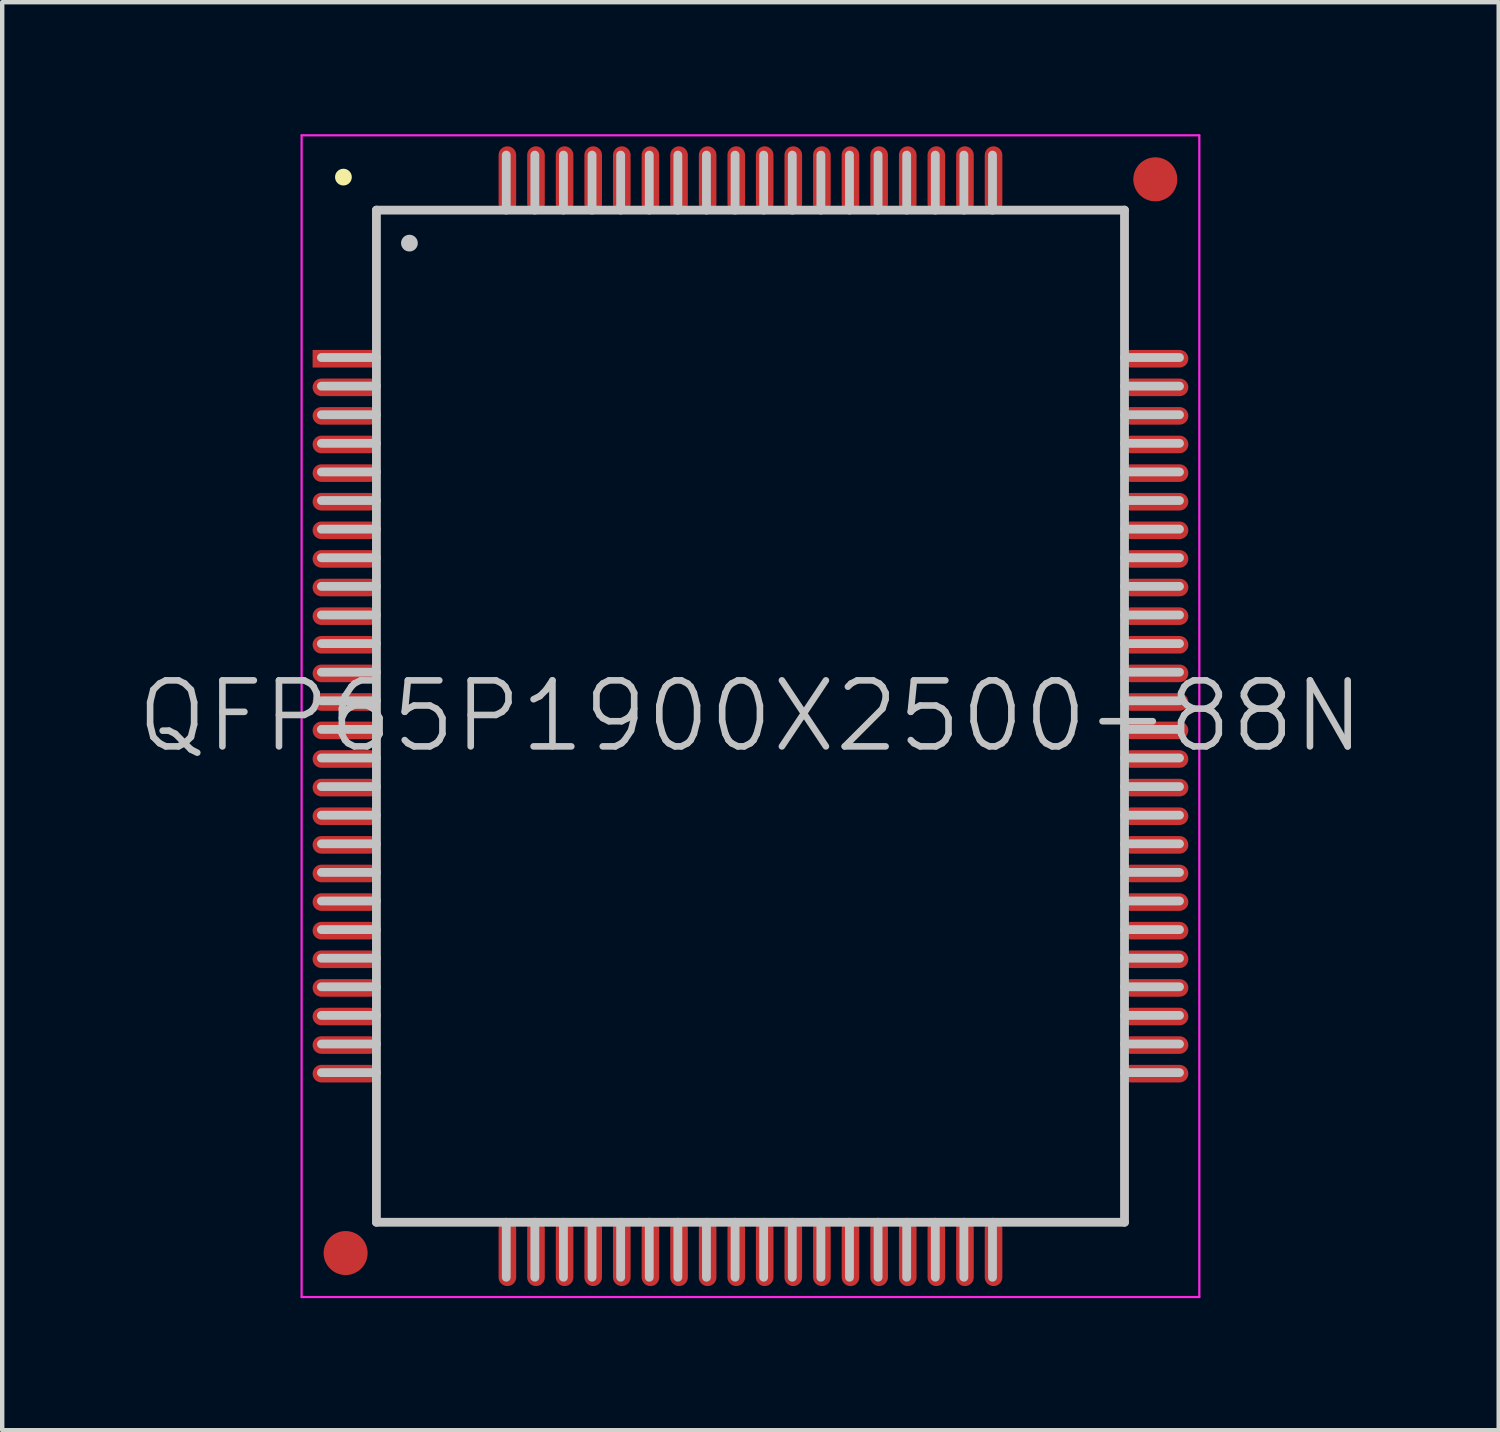
<source format=kicad_pcb>
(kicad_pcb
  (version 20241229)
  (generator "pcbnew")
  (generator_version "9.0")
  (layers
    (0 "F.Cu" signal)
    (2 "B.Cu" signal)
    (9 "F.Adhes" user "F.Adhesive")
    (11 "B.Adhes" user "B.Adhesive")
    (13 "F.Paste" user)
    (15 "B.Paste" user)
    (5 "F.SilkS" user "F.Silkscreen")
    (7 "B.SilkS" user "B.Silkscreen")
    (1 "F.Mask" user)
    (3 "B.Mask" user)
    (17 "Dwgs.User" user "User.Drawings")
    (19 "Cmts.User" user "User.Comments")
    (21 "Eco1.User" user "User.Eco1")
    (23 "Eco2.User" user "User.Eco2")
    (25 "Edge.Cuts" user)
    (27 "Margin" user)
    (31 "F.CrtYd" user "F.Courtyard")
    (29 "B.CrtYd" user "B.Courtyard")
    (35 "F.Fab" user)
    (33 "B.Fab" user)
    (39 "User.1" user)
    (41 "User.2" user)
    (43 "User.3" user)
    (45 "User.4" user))
  (footprint "QFP65P1900X2500-88N"
    (layer "F.Cu")
    (at 14.004 13.225)
    (property "Reference" "QFP65P1900X2500-88N" (at 0 0 0) (layer "Dwgs.User") (effects (font (size 1.5 1.5) (thickness 0.15))))
    (attr smd)
    (fp_line (start -9.25 -12.25) (end -9.25 -12.25) (stroke (width 0.381) (type solid)) (layer "F.SilkS"))
    (fp_line (start -8.5 -11.5) (end -8.5 11.5) (stroke (width 0.2) (type solid)) (layer "Dwgs.User"))
    (fp_line (start -8.5 -11.5) (end 8.5 -11.5) (stroke (width 0.2) (type solid)) (layer "Dwgs.User"))
    (fp_line (start -8.5 -8.15) (end -9.75 -8.15) (stroke (width 0.2) (type solid)) (layer "Dwgs.User"))
    (fp_line (start -8.5 -7.5) (end -9.75 -7.5) (stroke (width 0.2) (type solid)) (layer "Dwgs.User"))
    (fp_line (start -8.5 -6.85) (end -9.75 -6.85) (stroke (width 0.2) (type solid)) (layer "Dwgs.User"))
    (fp_line (start -8.5 -6.2) (end -9.75 -6.2) (stroke (width 0.2) (type solid)) (layer "Dwgs.User"))
    (fp_line (start -8.5 -5.55) (end -9.75 -5.55) (stroke (width 0.2) (type solid)) (layer "Dwgs.User"))
    (fp_line (start -8.5 -4.9) (end -9.75 -4.9) (stroke (width 0.2) (type solid)) (layer "Dwgs.User"))
    (fp_line (start -8.5 -4.25) (end -9.75 -4.25) (stroke (width 0.2) (type solid)) (layer "Dwgs.User"))
    (fp_line (start -8.5 -3.6) (end -9.75 -3.6) (stroke (width 0.2) (type solid)) (layer "Dwgs.User"))
    (fp_line (start -8.5 -2.95) (end -9.75 -2.95) (stroke (width 0.2) (type solid)) (layer "Dwgs.User"))
    (fp_line (start -8.5 -2.3) (end -9.75 -2.3) (stroke (width 0.2) (type solid)) (layer "Dwgs.User"))
    (fp_line (start -8.5 -1.65) (end -9.75 -1.65) (stroke (width 0.2) (type solid)) (layer "Dwgs.User"))
    (fp_line (start -8.5 -1) (end -9.75 -1) (stroke (width 0.2) (type solid)) (layer "Dwgs.User"))
    (fp_line (start -8.5 -0.35) (end -9.75 -0.35) (stroke (width 0.2) (type solid)) (layer "Dwgs.User"))
    (fp_line (start -8.5 0.3) (end -9.75 0.3) (stroke (width 0.2) (type solid)) (layer "Dwgs.User"))
    (fp_line (start -8.5 0.95) (end -9.75 0.95) (stroke (width 0.2) (type solid)) (layer "Dwgs.User"))
    (fp_line (start -8.5 1.6) (end -9.75 1.6) (stroke (width 0.2) (type solid)) (layer "Dwgs.User"))
    (fp_line (start -8.5 2.25) (end -9.75 2.25) (stroke (width 0.2) (type solid)) (layer "Dwgs.User"))
    (fp_line (start -8.5 2.9) (end -9.75 2.9) (stroke (width 0.2) (type solid)) (layer "Dwgs.User"))
    (fp_line (start -8.5 3.55) (end -9.75 3.55) (stroke (width 0.2) (type solid)) (layer "Dwgs.User"))
    (fp_line (start -8.5 4.2) (end -9.75 4.2) (stroke (width 0.2) (type solid)) (layer "Dwgs.User"))
    (fp_line (start -8.5 4.85) (end -9.75 4.85) (stroke (width 0.2) (type solid)) (layer "Dwgs.User"))
    (fp_line (start -8.5 5.5) (end -9.75 5.5) (stroke (width 0.2) (type solid)) (layer "Dwgs.User"))
    (fp_line (start -8.5 6.15) (end -9.75 6.15) (stroke (width 0.2) (type solid)) (layer "Dwgs.User"))
    (fp_line (start -8.5 6.8) (end -9.75 6.8) (stroke (width 0.2) (type solid)) (layer "Dwgs.User"))
    (fp_line (start -8.5 7.45) (end -9.75 7.45) (stroke (width 0.2) (type solid)) (layer "Dwgs.User"))
    (fp_line (start -8.5 8.1) (end -9.75 8.1) (stroke (width 0.2) (type solid)) (layer "Dwgs.User"))
    (fp_line (start -8.5 11.5) (end 8.5 11.5) (stroke (width 0.2) (type solid)) (layer "Dwgs.User"))
    (fp_line (start -7.75 -10.75) (end -7.75 -10.75) (stroke (width 0.381) (type solid)) (layer "Dwgs.User"))
    (fp_line (start -5.55 -12.75) (end -5.55 -11.5) (stroke (width 0.2) (type solid)) (layer "Dwgs.User"))
    (fp_line (start -5.55 11.5) (end -5.55 12.75) (stroke (width 0.2) (type solid)) (layer "Dwgs.User"))
    (fp_line (start -4.9 -12.75) (end -4.9 -11.5) (stroke (width 0.2) (type solid)) (layer "Dwgs.User"))
    (fp_line (start -4.9 11.5) (end -4.9 12.75) (stroke (width 0.2) (type solid)) (layer "Dwgs.User"))
    (fp_line (start -4.25 -12.75) (end -4.25 -11.5) (stroke (width 0.2) (type solid)) (layer "Dwgs.User"))
    (fp_line (start -4.25 11.5) (end -4.25 12.75) (stroke (width 0.2) (type solid)) (layer "Dwgs.User"))
    (fp_line (start -3.6 -12.75) (end -3.6 -11.5) (stroke (width 0.2) (type solid)) (layer "Dwgs.User"))
    (fp_line (start -3.6 11.5) (end -3.6 12.75) (stroke (width 0.2) (type solid)) (layer "Dwgs.User"))
    (fp_line (start -2.95 -12.75) (end -2.95 -11.5) (stroke (width 0.2) (type solid)) (layer "Dwgs.User"))
    (fp_line (start -2.95 11.5) (end -2.95 12.75) (stroke (width 0.2) (type solid)) (layer "Dwgs.User"))
    (fp_line (start -2.3 -12.75) (end -2.3 -11.5) (stroke (width 0.2) (type solid)) (layer "Dwgs.User"))
    (fp_line (start -2.3 11.5) (end -2.3 12.75) (stroke (width 0.2) (type solid)) (layer "Dwgs.User"))
    (fp_line (start -1.65 -12.75) (end -1.65 -11.5) (stroke (width 0.2) (type solid)) (layer "Dwgs.User"))
    (fp_line (start -1.65 11.5) (end -1.65 12.75) (stroke (width 0.2) (type solid)) (layer "Dwgs.User"))
    (fp_line (start -1 -12.75) (end -1 -11.5) (stroke (width 0.2) (type solid)) (layer "Dwgs.User"))
    (fp_line (start -1 11.5) (end -1 12.75) (stroke (width 0.2) (type solid)) (layer "Dwgs.User"))
    (fp_line (start -0.35 -12.75) (end -0.35 -11.5) (stroke (width 0.2) (type solid)) (layer "Dwgs.User"))
    (fp_line (start -0.35 11.5) (end -0.35 12.75) (stroke (width 0.2) (type solid)) (layer "Dwgs.User"))
    (fp_line (start 0.3 -12.75) (end 0.3 -11.5) (stroke (width 0.2) (type solid)) (layer "Dwgs.User"))
    (fp_line (start 0.3 11.5) (end 0.3 12.75) (stroke (width 0.2) (type solid)) (layer "Dwgs.User"))
    (fp_line (start 0.95 -12.75) (end 0.95 -11.5) (stroke (width 0.2) (type solid)) (layer "Dwgs.User"))
    (fp_line (start 0.95 11.5) (end 0.95 12.75) (stroke (width 0.2) (type solid)) (layer "Dwgs.User"))
    (fp_line (start 1.6 -12.75) (end 1.6 -11.5) (stroke (width 0.2) (type solid)) (layer "Dwgs.User"))
    (fp_line (start 1.6 11.5) (end 1.6 12.75) (stroke (width 0.2) (type solid)) (layer "Dwgs.User"))
    (fp_line (start 2.25 -12.75) (end 2.25 -11.5) (stroke (width 0.2) (type solid)) (layer "Dwgs.User"))
    (fp_line (start 2.25 11.5) (end 2.25 12.75) (stroke (width 0.2) (type solid)) (layer "Dwgs.User"))
    (fp_line (start 2.9 -12.75) (end 2.9 -11.5) (stroke (width 0.2) (type solid)) (layer "Dwgs.User"))
    (fp_line (start 2.9 11.5) (end 2.9 12.75) (stroke (width 0.2) (type solid)) (layer "Dwgs.User"))
    (fp_line (start 3.55 -12.75) (end 3.55 -11.5) (stroke (width 0.2) (type solid)) (layer "Dwgs.User"))
    (fp_line (start 3.55 11.5) (end 3.55 12.75) (stroke (width 0.2) (type solid)) (layer "Dwgs.User"))
    (fp_line (start 4.2 -12.75) (end 4.2 -11.5) (stroke (width 0.2) (type solid)) (layer "Dwgs.User"))
    (fp_line (start 4.2 11.5) (end 4.2 12.75) (stroke (width 0.2) (type solid)) (layer "Dwgs.User"))
    (fp_line (start 4.85 -12.75) (end 4.85 -11.5) (stroke (width 0.2) (type solid)) (layer "Dwgs.User"))
    (fp_line (start 4.85 11.5) (end 4.85 12.75) (stroke (width 0.2) (type solid)) (layer "Dwgs.User"))
    (fp_line (start 5.5 -12.75) (end 5.5 -11.5) (stroke (width 0.2) (type solid)) (layer "Dwgs.User"))
    (fp_line (start 5.5 11.5) (end 5.5 12.75) (stroke (width 0.2) (type solid)) (layer "Dwgs.User"))
    (fp_line (start 8.5 -11.5) (end 8.5 11.5) (stroke (width 0.2) (type solid)) (layer "Dwgs.User"))
    (fp_line (start 9.75 -8.15) (end 8.5 -8.15) (stroke (width 0.2) (type solid)) (layer "Dwgs.User"))
    (fp_line (start 9.75 -7.5) (end 8.5 -7.5) (stroke (width 0.2) (type solid)) (layer "Dwgs.User"))
    (fp_line (start 9.75 -6.85) (end 8.5 -6.85) (stroke (width 0.2) (type solid)) (layer "Dwgs.User"))
    (fp_line (start 9.75 -6.2) (end 8.5 -6.2) (stroke (width 0.2) (type solid)) (layer "Dwgs.User"))
    (fp_line (start 9.75 -5.55) (end 8.5 -5.55) (stroke (width 0.2) (type solid)) (layer "Dwgs.User"))
    (fp_line (start 9.75 -4.9) (end 8.5 -4.9) (stroke (width 0.2) (type solid)) (layer "Dwgs.User"))
    (fp_line (start 9.75 -4.25) (end 8.5 -4.25) (stroke (width 0.2) (type solid)) (layer "Dwgs.User"))
    (fp_line (start 9.75 -3.6) (end 8.5 -3.6) (stroke (width 0.2) (type solid)) (layer "Dwgs.User"))
    (fp_line (start 9.75 -2.95) (end 8.5 -2.95) (stroke (width 0.2) (type solid)) (layer "Dwgs.User"))
    (fp_line (start 9.75 -2.3) (end 8.5 -2.3) (stroke (width 0.2) (type solid)) (layer "Dwgs.User"))
    (fp_line (start 9.75 -1.65) (end 8.5 -1.65) (stroke (width 0.2) (type solid)) (layer "Dwgs.User"))
    (fp_line (start 9.75 -1) (end 8.5 -1) (stroke (width 0.2) (type solid)) (layer "Dwgs.User"))
    (fp_line (start 9.75 -0.35) (end 8.5 -0.35) (stroke (width 0.2) (type solid)) (layer "Dwgs.User"))
    (fp_line (start 9.75 0.3) (end 8.5 0.3) (stroke (width 0.2) (type solid)) (layer "Dwgs.User"))
    (fp_line (start 9.75 0.95) (end 8.5 0.95) (stroke (width 0.2) (type solid)) (layer "Dwgs.User"))
    (fp_line (start 9.75 1.6) (end 8.5 1.6) (stroke (width 0.2) (type solid)) (layer "Dwgs.User"))
    (fp_line (start 9.75 2.25) (end 8.5 2.25) (stroke (width 0.2) (type solid)) (layer "Dwgs.User"))
    (fp_line (start 9.75 2.9) (end 8.5 2.9) (stroke (width 0.2) (type solid)) (layer "Dwgs.User"))
    (fp_line (start 9.75 3.55) (end 8.5 3.55) (stroke (width 0.2) (type solid)) (layer "Dwgs.User"))
    (fp_line (start 9.75 4.2) (end 8.5 4.2) (stroke (width 0.2) (type solid)) (layer "Dwgs.User"))
    (fp_line (start 9.75 4.85) (end 8.5 4.85) (stroke (width 0.2) (type solid)) (layer "Dwgs.User"))
    (fp_line (start 9.75 5.5) (end 8.5 5.5) (stroke (width 0.2) (type solid)) (layer "Dwgs.User"))
    (fp_line (start 9.75 6.15) (end 8.5 6.15) (stroke (width 0.2) (type solid)) (layer "Dwgs.User"))
    (fp_line (start 9.75 6.8) (end 8.5 6.8) (stroke (width 0.2) (type solid)) (layer "Dwgs.User"))
    (fp_line (start 9.75 7.45) (end 8.5 7.45) (stroke (width 0.2) (type solid)) (layer "Dwgs.User"))
    (fp_line (start 9.75 8.1) (end 8.5 8.1) (stroke (width 0.2) (type solid)) (layer "Dwgs.User"))
    (fp_line (start -10.2 -13.2) (end -10.2 13.2) (stroke (width 0.05) (type solid)) (layer "F.CrtYd"))
    (fp_line (start -10.2 -13.2) (end 10.2 -13.2) (stroke (width 0.05) (type solid)) (layer "F.CrtYd"))
    (fp_line (start -10.2 13.2) (end 10.2 13.2) (stroke (width 0.05) (type solid)) (layer "F.CrtYd"))
    (fp_line (start 10.2 -13.2) (end 10.2 13.2) (stroke (width 0.05) (type solid)) (layer "F.CrtYd"))
    (pad "" smd circle (at -9.2 12.2) (size 1 1) (layers "F.Cu" "F.Mask"))
    (pad "" smd circle (at 9.2 -12.2) (size 1 1) (layers "F.Cu" "F.Mask"))
    (pad "1" smd rect (at -9.2 -8.123 90) (size 0.4 1.5) (layers "F.Cu" "F.Mask" "F.Paste"))
    (pad "2" smd oval (at -9.2 -7.473 90) (size 0.4 1.5) (layers "F.Cu" "F.Mask" "F.Paste"))
    (pad "3" smd oval (at -9.2 -6.825 90) (size 0.4 1.5) (layers "F.Cu" "F.Mask" "F.Paste"))
    (pad "4" smd oval (at -9.2 -6.175 90) (size 0.4 1.5) (layers "F.Cu" "F.Mask" "F.Paste"))
    (pad "5" smd oval (at -9.2 -5.524 90) (size 0.4 1.5) (layers "F.Cu" "F.Mask" "F.Paste"))
    (pad "6" smd oval (at -9.2 -4.874 90) (size 0.4 1.5) (layers "F.Cu" "F.Mask" "F.Paste"))
    (pad "7" smd oval (at -9.2 -4.224 90) (size 0.4 1.5) (layers "F.Cu" "F.Mask" "F.Paste"))
    (pad "8" smd oval (at -9.2 -3.574 90) (size 0.4 1.5) (layers "F.Cu" "F.Mask" "F.Paste"))
    (pad "9" smd oval (at -9.2 -2.924 90) (size 0.4 1.5) (layers "F.Cu" "F.Mask" "F.Paste"))
    (pad "10" smd oval (at -9.2 -2.273 90) (size 0.4 1.5) (layers "F.Cu" "F.Mask" "F.Paste"))
    (pad "11" smd oval (at -9.2 -1.623 90) (size 0.4 1.5) (layers "F.Cu" "F.Mask" "F.Paste"))
    (pad "12" smd oval (at -9.2 -0.973 90) (size 0.4 1.5) (layers "F.Cu" "F.Mask" "F.Paste"))
    (pad "13" smd oval (at -9.2 -0.323 90) (size 0.4 1.5) (layers "F.Cu" "F.Mask" "F.Paste"))
    (pad "14" smd oval (at -9.2 0.323 90) (size 0.4 1.5) (layers "F.Cu" "F.Mask" "F.Paste"))
    (pad "15" smd oval (at -9.2 0.973 90) (size 0.4 1.5) (layers "F.Cu" "F.Mask" "F.Paste"))
    (pad "16" smd oval (at -9.2 1.623 90) (size 0.4 1.5) (layers "F.Cu" "F.Mask" "F.Paste"))
    (pad "17" smd oval (at -9.2 2.273 90) (size 0.4 1.5) (layers "F.Cu" "F.Mask" "F.Paste"))
    (pad "18" smd oval (at -9.2 2.924 90) (size 0.4 1.5) (layers "F.Cu" "F.Mask" "F.Paste"))
    (pad "19" smd oval (at -9.2 3.574 90) (size 0.4 1.5) (layers "F.Cu" "F.Mask" "F.Paste"))
    (pad "20" smd oval (at -9.2 4.224 90) (size 0.4 1.5) (layers "F.Cu" "F.Mask" "F.Paste"))
    (pad "21" smd oval (at -9.2 4.874 90) (size 0.4 1.5) (layers "F.Cu" "F.Mask" "F.Paste"))
    (pad "22" smd oval (at -9.2 5.524 90) (size 0.4 1.5) (layers "F.Cu" "F.Mask" "F.Paste"))
    (pad "23" smd oval (at -9.2 6.175 90) (size 0.4 1.5) (layers "F.Cu" "F.Mask" "F.Paste"))
    (pad "24" smd oval (at -9.2 6.825 90) (size 0.4 1.5) (layers "F.Cu" "F.Mask" "F.Paste"))
    (pad "25" smd oval (at -9.2 7.473 90) (size 0.4 1.5) (layers "F.Cu" "F.Mask" "F.Paste"))
    (pad "26" smd oval (at -9.2 8.123 90) (size 0.4 1.5) (layers "F.Cu" "F.Mask" "F.Paste"))
    (pad "27" smd oval (at -5.524 12.2 180) (size 0.4 1.5) (layers "F.Cu" "F.Mask" "F.Paste"))
    (pad "28" smd oval (at -4.874 12.2 180) (size 0.4 1.5) (layers "F.Cu" "F.Mask" "F.Paste"))
    (pad "29" smd oval (at -4.224 12.2 180) (size 0.4 1.5) (layers "F.Cu" "F.Mask" "F.Paste"))
    (pad "30" smd oval (at -3.574 12.2 180) (size 0.4 1.5) (layers "F.Cu" "F.Mask" "F.Paste"))
    (pad "31" smd oval (at -2.924 12.2 180) (size 0.4 1.5) (layers "F.Cu" "F.Mask" "F.Paste"))
    (pad "32" smd oval (at -2.273 12.2 180) (size 0.4 1.5) (layers "F.Cu" "F.Mask" "F.Paste"))
    (pad "33" smd oval (at -1.623 12.2 180) (size 0.4 1.5) (layers "F.Cu" "F.Mask" "F.Paste"))
    (pad "34" smd oval (at -0.973 12.2 180) (size 0.4 1.5) (layers "F.Cu" "F.Mask" "F.Paste"))
    (pad "35" smd oval (at -0.323 12.2 180) (size 0.4 1.5) (layers "F.Cu" "F.Mask" "F.Paste"))
    (pad "36" smd oval (at 0.323 12.2 180) (size 0.4 1.5) (layers "F.Cu" "F.Mask" "F.Paste"))
    (pad "37" smd oval (at 0.973 12.2 180) (size 0.4 1.5) (layers "F.Cu" "F.Mask" "F.Paste"))
    (pad "38" smd oval (at 1.623 12.2 180) (size 0.4 1.5) (layers "F.Cu" "F.Mask" "F.Paste"))
    (pad "39" smd oval (at 2.273 12.2 180) (size 0.4 1.5) (layers "F.Cu" "F.Mask" "F.Paste"))
    (pad "40" smd oval (at 2.924 12.2 180) (size 0.4 1.5) (layers "F.Cu" "F.Mask" "F.Paste"))
    (pad "41" smd oval (at 3.574 12.2 180) (size 0.4 1.5) (layers "F.Cu" "F.Mask" "F.Paste"))
    (pad "42" smd oval (at 4.224 12.2 180) (size 0.4 1.5) (layers "F.Cu" "F.Mask" "F.Paste"))
    (pad "43" smd oval (at 4.874 12.2 180) (size 0.4 1.5) (layers "F.Cu" "F.Mask" "F.Paste"))
    (pad "44" smd oval (at 5.524 12.2 180) (size 0.4 1.5) (layers "F.Cu" "F.Mask" "F.Paste"))
    (pad "45" smd oval (at 9.2 8.123 270) (size 0.4 1.5) (layers "F.Cu" "F.Mask" "F.Paste"))
    (pad "46" smd oval (at 9.2 7.473 270) (size 0.4 1.5) (layers "F.Cu" "F.Mask" "F.Paste"))
    (pad "47" smd oval (at 9.2 6.825 270) (size 0.4 1.5) (layers "F.Cu" "F.Mask" "F.Paste"))
    (pad "48" smd oval (at 9.2 6.175 270) (size 0.4 1.5) (layers "F.Cu" "F.Mask" "F.Paste"))
    (pad "49" smd oval (at 9.2 5.524 270) (size 0.4 1.5) (layers "F.Cu" "F.Mask" "F.Paste"))
    (pad "50" smd oval (at 9.2 4.874 270) (size 0.4 1.5) (layers "F.Cu" "F.Mask" "F.Paste"))
    (pad "51" smd oval (at 9.2 4.224 270) (size 0.4 1.5) (layers "F.Cu" "F.Mask" "F.Paste"))
    (pad "52" smd oval (at 9.2 3.574 270) (size 0.4 1.5) (layers "F.Cu" "F.Mask" "F.Paste"))
    (pad "53" smd oval (at 9.2 2.924 270) (size 0.4 1.5) (layers "F.Cu" "F.Mask" "F.Paste"))
    (pad "54" smd oval (at 9.2 2.273 270) (size 0.4 1.5) (layers "F.Cu" "F.Mask" "F.Paste"))
    (pad "55" smd oval (at 9.2 1.623 270) (size 0.4 1.5) (layers "F.Cu" "F.Mask" "F.Paste"))
    (pad "56" smd oval (at 9.2 0.973 270) (size 0.4 1.5) (layers "F.Cu" "F.Mask" "F.Paste"))
    (pad "57" smd oval (at 9.2 0.323 270) (size 0.4 1.5) (layers "F.Cu" "F.Mask" "F.Paste"))
    (pad "58" smd oval (at 9.2 -0.323 270) (size 0.4 1.5) (layers "F.Cu" "F.Mask" "F.Paste"))
    (pad "59" smd oval (at 9.2 -0.973 270) (size 0.4 1.5) (layers "F.Cu" "F.Mask" "F.Paste"))
    (pad "60" smd oval (at 9.2 -1.623 270) (size 0.4 1.5) (layers "F.Cu" "F.Mask" "F.Paste"))
    (pad "61" smd oval (at 9.2 -2.273 270) (size 0.4 1.5) (layers "F.Cu" "F.Mask" "F.Paste"))
    (pad "62" smd oval (at 9.2 -2.924 270) (size 0.4 1.5) (layers "F.Cu" "F.Mask" "F.Paste"))
    (pad "63" smd oval (at 9.2 -3.574 270) (size 0.4 1.5) (layers "F.Cu" "F.Mask" "F.Paste"))
    (pad "64" smd oval (at 9.2 -4.224 270) (size 0.4 1.5) (layers "F.Cu" "F.Mask" "F.Paste"))
    (pad "65" smd oval (at 9.2 -4.874 270) (size 0.4 1.5) (layers "F.Cu" "F.Mask" "F.Paste"))
    (pad "66" smd oval (at 9.2 -5.524 270) (size 0.4 1.5) (layers "F.Cu" "F.Mask" "F.Paste"))
    (pad "67" smd oval (at 9.2 -6.175 270) (size 0.4 1.5) (layers "F.Cu" "F.Mask" "F.Paste"))
    (pad "68" smd oval (at 9.2 -6.825 270) (size 0.4 1.5) (layers "F.Cu" "F.Mask" "F.Paste"))
    (pad "69" smd oval (at 9.2 -7.473 270) (size 0.4 1.5) (layers "F.Cu" "F.Mask" "F.Paste"))
    (pad "70" smd oval (at 9.2 -8.123 270) (size 0.4 1.5) (layers "F.Cu" "F.Mask" "F.Paste"))
    (pad "71" smd oval (at 5.524 -12.2) (size 0.4 1.5) (layers "F.Cu" "F.Mask" "F.Paste"))
    (pad "72" smd oval (at 4.874 -12.2) (size 0.4 1.5) (layers "F.Cu" "F.Mask" "F.Paste"))
    (pad "73" smd oval (at 4.224 -12.2) (size 0.4 1.5) (layers "F.Cu" "F.Mask" "F.Paste"))
    (pad "74" smd oval (at 3.574 -12.2) (size 0.4 1.5) (layers "F.Cu" "F.Mask" "F.Paste"))
    (pad "75" smd oval (at 2.924 -12.2) (size 0.4 1.5) (layers "F.Cu" "F.Mask" "F.Paste"))
    (pad "76" smd oval (at 2.273 -12.2) (size 0.4 1.5) (layers "F.Cu" "F.Mask" "F.Paste"))
    (pad "77" smd oval (at 1.623 -12.2) (size 0.4 1.5) (layers "F.Cu" "F.Mask" "F.Paste"))
    (pad "78" smd oval (at 0.973 -12.2) (size 0.4 1.5) (layers "F.Cu" "F.Mask" "F.Paste"))
    (pad "79" smd oval (at 0.323 -12.2) (size 0.4 1.5) (layers "F.Cu" "F.Mask" "F.Paste"))
    (pad "80" smd oval (at -0.323 -12.2) (size 0.4 1.5) (layers "F.Cu" "F.Mask" "F.Paste"))
    (pad "81" smd oval (at -0.973 -12.2) (size 0.4 1.5) (layers "F.Cu" "F.Mask" "F.Paste"))
    (pad "82" smd oval (at -1.623 -12.2) (size 0.4 1.5) (layers "F.Cu" "F.Mask" "F.Paste"))
    (pad "83" smd oval (at -2.273 -12.2) (size 0.4 1.5) (layers "F.Cu" "F.Mask" "F.Paste"))
    (pad "84" smd oval (at -2.924 -12.2) (size 0.4 1.5) (layers "F.Cu" "F.Mask" "F.Paste"))
    (pad "85" smd oval (at -3.574 -12.2) (size 0.4 1.5) (layers "F.Cu" "F.Mask" "F.Paste"))
    (pad "86" smd oval (at -4.224 -12.2) (size 0.4 1.5) (layers "F.Cu" "F.Mask" "F.Paste"))
    (pad "87" smd oval (at -4.874 -12.2) (size 0.4 1.5) (layers "F.Cu" "F.Mask" "F.Paste"))
    (pad "88" smd oval (at -5.524 -12.2) (size 0.4 1.5) (layers "F.Cu" "F.Mask" "F.Paste")))
  (gr_rect
    (start -3 -3)
    (end 31.007 29.45)
    (stroke (width 0.1) (type default))
    (fill no)
    (layer "Edge.Cuts")))
</source>
